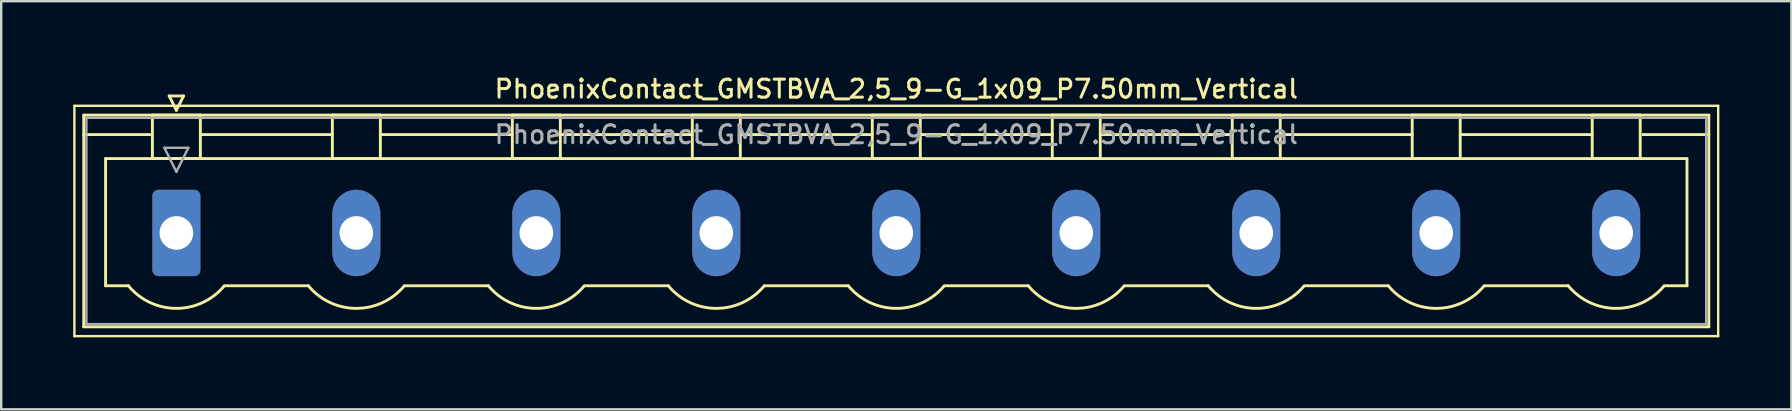
<source format=kicad_pcb>
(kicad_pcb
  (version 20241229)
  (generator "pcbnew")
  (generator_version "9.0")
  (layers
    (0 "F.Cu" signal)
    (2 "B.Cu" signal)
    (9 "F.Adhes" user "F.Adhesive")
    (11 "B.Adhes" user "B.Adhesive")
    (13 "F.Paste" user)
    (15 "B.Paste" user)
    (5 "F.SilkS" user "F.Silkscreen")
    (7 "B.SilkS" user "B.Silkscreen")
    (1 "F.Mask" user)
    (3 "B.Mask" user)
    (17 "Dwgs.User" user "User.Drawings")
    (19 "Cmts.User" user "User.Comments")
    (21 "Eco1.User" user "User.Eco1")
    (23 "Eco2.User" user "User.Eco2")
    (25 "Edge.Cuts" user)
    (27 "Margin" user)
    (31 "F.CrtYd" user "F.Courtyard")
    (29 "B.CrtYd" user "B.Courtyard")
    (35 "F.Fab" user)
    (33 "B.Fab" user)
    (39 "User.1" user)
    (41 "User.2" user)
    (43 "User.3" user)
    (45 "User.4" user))
  (footprint "PhoenixContact_GMSTBVA_2,5_9-G_1x09_P7.50mm_Vertical"
    (layer "F.Cu")
    (at 4.3 6.658)
    (property "Reference" "PhoenixContact_GMSTBVA_2,5_9-G_1x09_P7.50mm_Vertical" (at 30 -6 0) (layer "F.SilkS") (effects (font (size 0.75 0.75) (thickness 0.125))))
    (attr through_hole)
    (fp_line (start -4.25 -5.3) (end -4.25 4.3) (stroke (width 0.1) (type solid)) (layer "F.SilkS"))
    (fp_line (start -4.25 4.3) (end 64.25 4.3) (stroke (width 0.1) (type solid)) (layer "F.SilkS"))
    (fp_line (start -3.86 -4.91) (end -3.86 3.91) (stroke (width 0.12) (type solid)) (layer "F.SilkS"))
    (fp_line (start -3.86 -4.1) (end -1.11 -4.1) (stroke (width 0.12) (type solid)) (layer "F.SilkS"))
    (fp_line (start -3.86 3.91) (end 63.86 3.91) (stroke (width 0.12) (type solid)) (layer "F.SilkS"))
    (fp_line (start -2.95 -3.1) (end 62.95 -3.1) (stroke (width 0.12) (type solid)) (layer "F.SilkS"))
    (fp_line (start -2.95 2.2) (end -2.95 -3.1) (stroke (width 0.12) (type solid)) (layer "F.SilkS"))
    (fp_line (start -2 2.2) (end -2.95 2.2) (stroke (width 0.12) (type solid)) (layer "F.SilkS"))
    (fp_line (start -1 -4.91) (end 1 -4.91) (stroke (width 0.12) (type solid)) (layer "F.SilkS"))
    (fp_line (start -1 -3.1) (end -1 -4.91) (stroke (width 0.12) (type solid)) (layer "F.SilkS"))
    (fp_line (start -0.3 -5.71) (end 0.3 -5.71) (stroke (width 0.12) (type solid)) (layer "F.SilkS"))
    (fp_line (start 0 -5.11) (end -0.3 -5.71) (stroke (width 0.12) (type solid)) (layer "F.SilkS"))
    (fp_line (start 0.3 -5.71) (end 0 -5.11) (stroke (width 0.12) (type solid)) (layer "F.SilkS"))
    (fp_line (start 1 -4.91) (end 1 -3.1) (stroke (width 0.12) (type solid)) (layer "F.SilkS"))
    (fp_line (start 1 -4.1) (end 6.5 -4.1) (stroke (width 0.12) (type solid)) (layer "F.SilkS"))
    (fp_line (start 1 -3.1) (end -1 -3.1) (stroke (width 0.12) (type solid)) (layer "F.SilkS"))
    (fp_line (start 2 2.2) (end 5.5 2.2) (stroke (width 0.12) (type solid)) (layer "F.SilkS"))
    (fp_line (start 6.5 -4.91) (end 8.5 -4.91) (stroke (width 0.12) (type solid)) (layer "F.SilkS"))
    (fp_line (start 6.5 -3.1) (end 6.5 -4.91) (stroke (width 0.12) (type solid)) (layer "F.SilkS"))
    (fp_line (start 8.5 -4.91) (end 8.5 -3.1) (stroke (width 0.12) (type solid)) (layer "F.SilkS"))
    (fp_line (start 8.5 -4.1) (end 14 -4.1) (stroke (width 0.12) (type solid)) (layer "F.SilkS"))
    (fp_line (start 8.5 -3.1) (end 6.5 -3.1) (stroke (width 0.12) (type solid)) (layer "F.SilkS"))
    (fp_line (start 9.5 2.2) (end 13 2.2) (stroke (width 0.12) (type solid)) (layer "F.SilkS"))
    (fp_line (start 14 -4.91) (end 16 -4.91) (stroke (width 0.12) (type solid)) (layer "F.SilkS"))
    (fp_line (start 14 -3.1) (end 14 -4.91) (stroke (width 0.12) (type solid)) (layer "F.SilkS"))
    (fp_line (start 16 -4.91) (end 16 -3.1) (stroke (width 0.12) (type solid)) (layer "F.SilkS"))
    (fp_line (start 16 -4.1) (end 21.5 -4.1) (stroke (width 0.12) (type solid)) (layer "F.SilkS"))
    (fp_line (start 16 -3.1) (end 14 -3.1) (stroke (width 0.12) (type solid)) (layer "F.SilkS"))
    (fp_line (start 17 2.2) (end 20.5 2.2) (stroke (width 0.12) (type solid)) (layer "F.SilkS"))
    (fp_line (start 21.5 -4.91) (end 23.5 -4.91) (stroke (width 0.12) (type solid)) (layer "F.SilkS"))
    (fp_line (start 21.5 -3.1) (end 21.5 -4.91) (stroke (width 0.12) (type solid)) (layer "F.SilkS"))
    (fp_line (start 23.5 -4.91) (end 23.5 -3.1) (stroke (width 0.12) (type solid)) (layer "F.SilkS"))
    (fp_line (start 23.5 -4.1) (end 29 -4.1) (stroke (width 0.12) (type solid)) (layer "F.SilkS"))
    (fp_line (start 23.5 -3.1) (end 21.5 -3.1) (stroke (width 0.12) (type solid)) (layer "F.SilkS"))
    (fp_line (start 24.5 2.2) (end 28 2.2) (stroke (width 0.12) (type solid)) (layer "F.SilkS"))
    (fp_line (start 29 -4.91) (end 31 -4.91) (stroke (width 0.12) (type solid)) (layer "F.SilkS"))
    (fp_line (start 29 -3.1) (end 29 -4.91) (stroke (width 0.12) (type solid)) (layer "F.SilkS"))
    (fp_line (start 31 -4.91) (end 31 -3.1) (stroke (width 0.12) (type solid)) (layer "F.SilkS"))
    (fp_line (start 31 -4.1) (end 36.5 -4.1) (stroke (width 0.12) (type solid)) (layer "F.SilkS"))
    (fp_line (start 31 -3.1) (end 29 -3.1) (stroke (width 0.12) (type solid)) (layer "F.SilkS"))
    (fp_line (start 32 2.2) (end 35.5 2.2) (stroke (width 0.12) (type solid)) (layer "F.SilkS"))
    (fp_line (start 36.5 -4.91) (end 38.5 -4.91) (stroke (width 0.12) (type solid)) (layer "F.SilkS"))
    (fp_line (start 36.5 -3.1) (end 36.5 -4.91) (stroke (width 0.12) (type solid)) (layer "F.SilkS"))
    (fp_line (start 38.5 -4.91) (end 38.5 -3.1) (stroke (width 0.12) (type solid)) (layer "F.SilkS"))
    (fp_line (start 38.5 -4.1) (end 44 -4.1) (stroke (width 0.12) (type solid)) (layer "F.SilkS"))
    (fp_line (start 38.5 -3.1) (end 36.5 -3.1) (stroke (width 0.12) (type solid)) (layer "F.SilkS"))
    (fp_line (start 39.5 2.2) (end 43 2.2) (stroke (width 0.12) (type solid)) (layer "F.SilkS"))
    (fp_line (start 44 -4.91) (end 46 -4.91) (stroke (width 0.12) (type solid)) (layer "F.SilkS"))
    (fp_line (start 44 -3.1) (end 44 -4.91) (stroke (width 0.12) (type solid)) (layer "F.SilkS"))
    (fp_line (start 46 -4.91) (end 46 -3.1) (stroke (width 0.12) (type solid)) (layer "F.SilkS"))
    (fp_line (start 46 -4.1) (end 51.5 -4.1) (stroke (width 0.12) (type solid)) (layer "F.SilkS"))
    (fp_line (start 46 -3.1) (end 44 -3.1) (stroke (width 0.12) (type solid)) (layer "F.SilkS"))
    (fp_line (start 47 2.2) (end 50.5 2.2) (stroke (width 0.12) (type solid)) (layer "F.SilkS"))
    (fp_line (start 51.5 -4.91) (end 53.5 -4.91) (stroke (width 0.12) (type solid)) (layer "F.SilkS"))
    (fp_line (start 51.5 -3.1) (end 51.5 -4.91) (stroke (width 0.12) (type solid)) (layer "F.SilkS"))
    (fp_line (start 53.5 -4.91) (end 53.5 -3.1) (stroke (width 0.12) (type solid)) (layer "F.SilkS"))
    (fp_line (start 53.5 -4.1) (end 59 -4.1) (stroke (width 0.12) (type solid)) (layer "F.SilkS"))
    (fp_line (start 53.5 -3.1) (end 51.5 -3.1) (stroke (width 0.12) (type solid)) (layer "F.SilkS"))
    (fp_line (start 54.5 2.2) (end 58 2.2) (stroke (width 0.12) (type solid)) (layer "F.SilkS"))
    (fp_line (start 59 -4.91) (end 61 -4.91) (stroke (width 0.12) (type solid)) (layer "F.SilkS"))
    (fp_line (start 59 -3.1) (end 59 -4.91) (stroke (width 0.12) (type solid)) (layer "F.SilkS"))
    (fp_line (start 61 -4.91) (end 61 -3.1) (stroke (width 0.12) (type solid)) (layer "F.SilkS"))
    (fp_line (start 61 -3.1) (end 59 -3.1) (stroke (width 0.12) (type solid)) (layer "F.SilkS"))
    (fp_line (start 62.95 -3.1) (end 62.95 2.2) (stroke (width 0.12) (type solid)) (layer "F.SilkS"))
    (fp_line (start 62.95 2.2) (end 62 2.2) (stroke (width 0.12) (type solid)) (layer "F.SilkS"))
    (fp_line (start 63.86 -4.91) (end -3.86 -4.91) (stroke (width 0.12) (type solid)) (layer "F.SilkS"))
    (fp_line (start 63.86 -4.1) (end 61.11 -4.1) (stroke (width 0.12) (type solid)) (layer "F.SilkS"))
    (fp_line (start 63.86 3.91) (end 63.86 -4.91) (stroke (width 0.12) (type solid)) (layer "F.SilkS"))
    (fp_line (start 64.25 -5.3) (end -4.25 -5.3) (stroke (width 0.1) (type solid)) (layer "F.SilkS"))
    (fp_line (start 64.25 4.3) (end 64.25 -5.3) (stroke (width 0.1) (type solid)) (layer "F.SilkS"))
    (fp_arc (start 1.986842 2.215821) (mid -0.010289 3.142758) (end -2 2.2) (stroke (width 0.12) (type solid)) (layer "F.SilkS"))
    (fp_arc (start 9.486842 2.215821) (mid 7.489711 3.142758) (end 5.5 2.2) (stroke (width 0.12) (type solid)) (layer "F.SilkS"))
    (fp_arc (start 16.986842 2.215821) (mid 14.989711 3.142758) (end 13 2.2) (stroke (width 0.12) (type solid)) (layer "F.SilkS"))
    (fp_arc (start 24.486842 2.215821) (mid 22.489711 3.142758) (end 20.5 2.2) (stroke (width 0.12) (type solid)) (layer "F.SilkS"))
    (fp_arc (start 31.986842 2.215821) (mid 29.989711 3.142758) (end 28 2.2) (stroke (width 0.12) (type solid)) (layer "F.SilkS"))
    (fp_arc (start 39.486842 2.215821) (mid 37.489711 3.142758) (end 35.5 2.2) (stroke (width 0.12) (type solid)) (layer "F.SilkS"))
    (fp_arc (start 46.986842 2.215821) (mid 44.989711 3.142758) (end 43 2.2) (stroke (width 0.12) (type solid)) (layer "F.SilkS"))
    (fp_arc (start 54.486842 2.215821) (mid 52.489711 3.142758) (end 50.5 2.2) (stroke (width 0.12) (type solid)) (layer "F.SilkS"))
    (fp_arc (start 61.986842 2.215821) (mid 59.989711 3.142758) (end 58 2.2) (stroke (width 0.12) (type solid)) (layer "F.SilkS"))
    (fp_line (start -3.75 -4.8) (end -3.75 3.8) (stroke (width 0.1) (type solid)) (layer "F.Fab"))
    (fp_line (start -3.75 3.8) (end 63.75 3.8) (stroke (width 0.1) (type solid)) (layer "F.Fab"))
    (fp_line (start -0.5 -3.55) (end 0.5 -3.55) (stroke (width 0.1) (type solid)) (layer "F.Fab"))
    (fp_line (start 0 -2.55) (end -0.5 -3.55) (stroke (width 0.1) (type solid)) (layer "F.Fab"))
    (fp_line (start 0.5 -3.55) (end 0 -2.55) (stroke (width 0.1) (type solid)) (layer "F.Fab"))
    (fp_line (start 63.75 -4.8) (end -3.75 -4.8) (stroke (width 0.1) (type solid)) (layer "F.Fab"))
    (fp_line (start 63.75 3.8) (end 63.75 -4.8) (stroke (width 0.1) (type solid)) (layer "F.Fab"))
    (fp_text user "${REFERENCE}" (at 30 -4.1 0) (layer "F.Fab") (effects (font (size 0.75 0.75) (thickness 0.125))))
    (pad "1" thru_hole roundrect (at 0 0) (size 2 3.6) (drill 1.4) (layers "*.Cu" "*.Mask") (roundrect_rratio 0.125))
    (pad "2" thru_hole oval (at 7.5 0) (size 2 3.6) (drill 1.4) (layers "*.Cu" "*.Mask"))
    (pad "3" thru_hole oval (at 15 0) (size 2 3.6) (drill 1.4) (layers "*.Cu" "*.Mask"))
    (pad "4" thru_hole oval (at 22.5 0) (size 2 3.6) (drill 1.4) (layers "*.Cu" "*.Mask"))
    (pad "5" thru_hole oval (at 30 0) (size 2 3.6) (drill 1.4) (layers "*.Cu" "*.Mask"))
    (pad "6" thru_hole oval (at 37.5 0) (size 2 3.6) (drill 1.4) (layers "*.Cu" "*.Mask"))
    (pad "7" thru_hole oval (at 45 0) (size 2 3.6) (drill 1.4) (layers "*.Cu" "*.Mask"))
    (pad "8" thru_hole oval (at 52.5 0) (size 2 3.6) (drill 1.4) (layers "*.Cu" "*.Mask"))
    (pad "9" thru_hole oval (at 60 0) (size 2 3.6) (drill 1.4) (layers "*.Cu" "*.Mask")))
  (gr_rect
    (start -3 -3)
    (end 71.6 14.008)
    (stroke (width 0.1) (type default))
    (fill no)
    (layer "Edge.Cuts")))
</source>
